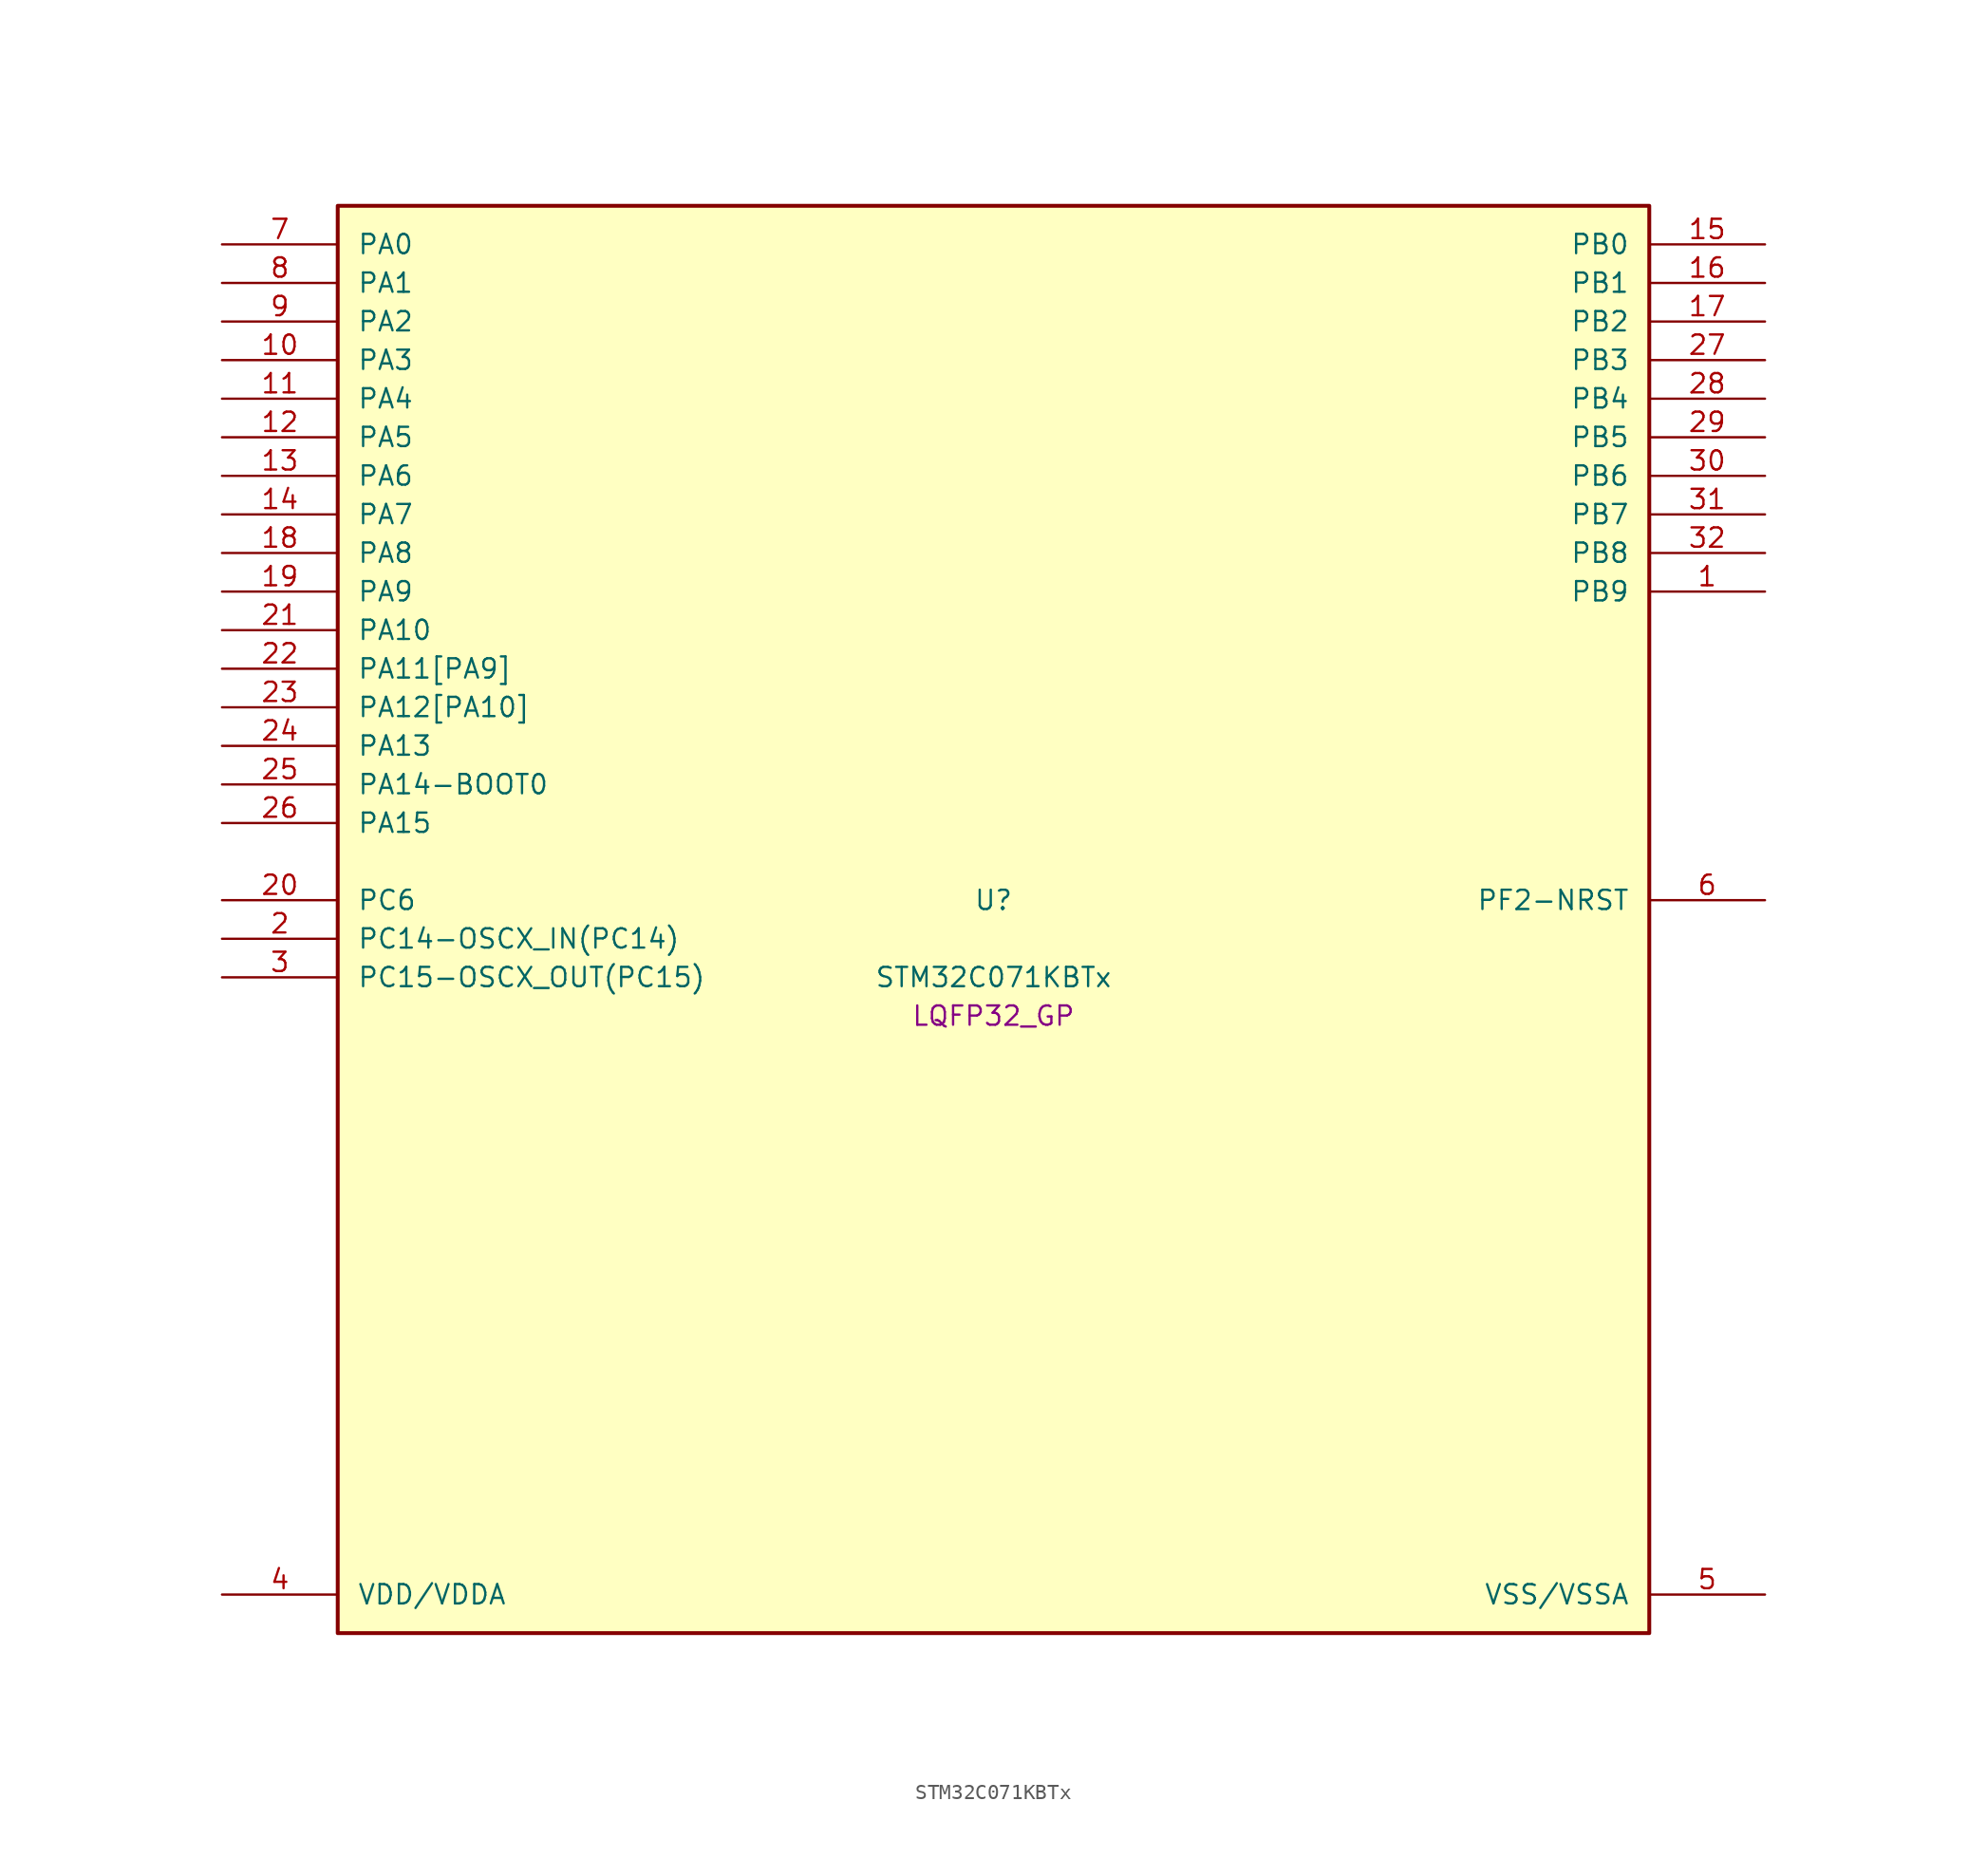
<source format=kicad_sym>
(kicad_symbol_lib
  (version 20241209)
  (generator "stm32_pkl_generator")
  (generator_version "1.0")
  (symbol "STM32C071KBTx"
    (pin_names
      (offset 1.27))
    (property "Reference" "U"
      (at 0 2.54 0))
    (property "Value" "STM32C071KBTx"
      (at 0 -2.54 0))
    (property "Footprint" "LQFP32_GP"
      (at 0 -5.08 0))
    (symbol "STM32C071KBTx_1_1"
      (rectangle (start -43.18 48.26) (end 43.18 -45.72) (stroke (width 0.254) (type solid)) (fill (type background)))
      (pin bidirectional line (at -50.8 45.72 0) (length 7.62) (name "PA0") (number "7") (alternate "PA0/ADC1_IN0" bidirectional line) (alternate "PA0/PWR_WKUP1" bidirectional line) (alternate "PA0/SPI2_SCK" bidirectional line) (alternate "PA0/TIM16_CH1" bidirectional line) (alternate "PA0/TIM1_CH1" bidirectional line) (alternate "PA0/TIM2_CH1" bidirectional line) (alternate "PA0/TIM2_ETR" bidirectional line) (alternate "PA0/USART1_TX" bidirectional line) (alternate "PA0/USART2_CTS" bidirectional line) (alternate "PA0/USART2_NSS" bidirectional line))
      (pin bidirectional line (at -50.8 43.18 0) (length 7.62) (name "PA1") (number "8") (alternate "PA1/ADC1_IN1" bidirectional line) (alternate "PA1/I2C1_SMBA" bidirectional line) (alternate "PA1/I2S1_CK" bidirectional line) (alternate "PA1/SPI1_SCK" bidirectional line) (alternate "PA1/TIM17_CH1" bidirectional line) (alternate "PA1/TIM1_CH2" bidirectional line) (alternate "PA1/TIM2_CH2" bidirectional line) (alternate "PA1/USART1_RX" bidirectional line) (alternate "PA1/USART2_CK" bidirectional line) (alternate "PA1/USART2_DE" bidirectional line) (alternate "PA1/USART2_RTS" bidirectional line))
      (pin bidirectional line (at -50.8 40.64 0) (length 7.62) (name "PA2") (number "9") (alternate "PA2/ADC1_IN2" bidirectional line) (alternate "PA2/I2S1_SD" bidirectional line) (alternate "PA2/PWR_WKUP4" bidirectional line) (alternate "PA2/RCC_LSCO" bidirectional line) (alternate "PA2/SPI1_MOSI" bidirectional line) (alternate "PA2/TIM16_CH1N" bidirectional line) (alternate "PA2/TIM1_CH3" bidirectional line) (alternate "PA2/TIM2_CH3" bidirectional line) (alternate "PA2/TIM3_ETR" bidirectional line) (alternate "PA2/USART2_TX" bidirectional line))
      (pin bidirectional line (at -50.8 38.1 0) (length 7.62) (name "PA3") (number "10") (alternate "PA3/ADC1_IN3" bidirectional line) (alternate "PA3/SPI2_MISO" bidirectional line) (alternate "PA3/TIM1_CH1N" bidirectional line) (alternate "PA3/TIM1_CH4" bidirectional line) (alternate "PA3/TIM2_CH4" bidirectional line) (alternate "PA3/USART2_RX" bidirectional line))
      (pin bidirectional line (at -50.8 35.56 0) (length 7.62) (name "PA4") (number "11") (alternate "PA4/ADC1_IN4" bidirectional line) (alternate "PA4/I2S1_WS" bidirectional line) (alternate "PA4/PWR_WKUP2" bidirectional line) (alternate "PA4/RTC_OUT1" bidirectional line) (alternate "PA4/RTC_TS" bidirectional line) (alternate "PA4/SPI1_NSS" bidirectional line) (alternate "PA4/SPI2_MOSI" bidirectional line) (alternate "PA4/TIM14_CH1" bidirectional line) (alternate "PA4/TIM17_CH1N" bidirectional line) (alternate "PA4/TIM1_CH2N" bidirectional line) (alternate "PA4/USART2_TX" bidirectional line) (alternate "PA4/USB_NOE" bidirectional line))
      (pin bidirectional line (at -50.8 33.02 0) (length 7.62) (name "PA5") (number "12") (alternate "PA5/ADC1_IN5" bidirectional line) (alternate "PA5/I2S1_CK" bidirectional line) (alternate "PA5/SPI1_SCK" bidirectional line) (alternate "PA5/TIM1_CH1" bidirectional line) (alternate "PA5/TIM1_CH3N" bidirectional line) (alternate "PA5/TIM2_CH1" bidirectional line) (alternate "PA5/TIM2_ETR" bidirectional line) (alternate "PA5/USART2_RX" bidirectional line))
      (pin bidirectional line (at -50.8 30.48 0) (length 7.62) (name "PA6") (number "13") (alternate "PA6/ADC1_IN6" bidirectional line) (alternate "PA6/I2C2_SDA" bidirectional line) (alternate "PA6/I2S1_MCK" bidirectional line) (alternate "PA6/SPI1_MISO" bidirectional line) (alternate "PA6/TIM16_CH1" bidirectional line) (alternate "PA6/TIM1_BKIN" bidirectional line) (alternate "PA6/TIM3_CH1" bidirectional line))
      (pin bidirectional line (at -50.8 27.94 0) (length 7.62) (name "PA7") (number "14") (alternate "PA7/ADC1_IN7" bidirectional line) (alternate "PA7/I2C2_SCL" bidirectional line) (alternate "PA7/I2S1_SD" bidirectional line) (alternate "PA7/SPI1_MOSI" bidirectional line) (alternate "PA7/TIM14_CH1" bidirectional line) (alternate "PA7/TIM17_CH1" bidirectional line) (alternate "PA7/TIM1_CH1N" bidirectional line) (alternate "PA7/TIM3_CH2" bidirectional line))
      (pin bidirectional line (at -50.8 25.4 0) (length 7.62) (name "PA8") (number "18") (alternate "PA8/ADC1_IN8" bidirectional line) (alternate "PA8/CRS_SYNC" bidirectional line) (alternate "PA8/I2S1_WS" bidirectional line) (alternate "PA8/RCC_MCO" bidirectional line) (alternate "PA8/RCC_MCO_2" bidirectional line) (alternate "PA8/SPI1_NSS" bidirectional line) (alternate "PA8/SPI2_MISO" bidirectional line) (alternate "PA8/SPI2_NSS" bidirectional line) (alternate "PA8/TIM14_CH1" bidirectional line) (alternate "PA8/TIM1_CH1" bidirectional line) (alternate "PA8/TIM1_CH2N" bidirectional line) (alternate "PA8/TIM1_CH3N" bidirectional line) (alternate "PA8/TIM3_CH3" bidirectional line) (alternate "PA8/TIM3_CH4" bidirectional line) (alternate "PA8/USART1_RX" bidirectional line) (alternate "PA8/USART2_TX" bidirectional line))
      (pin bidirectional line (at -50.8 22.86 0) (length 7.62) (name "PA9") (number "19") (alternate "PA9/I2C1_SCL" bidirectional line) (alternate "PA9/I2C2_SCL" bidirectional line) (alternate "PA9/RCC_MCO" bidirectional line) (alternate "PA9/SPI2_MISO" bidirectional line) (alternate "PA9/TIM1_CH2" bidirectional line) (alternate "PA9/TIM3_ETR" bidirectional line) (alternate "PA9/USART1_TX" bidirectional line) (alternate "PA9/NC" bidirectional line))
      (pin bidirectional line (at -50.8 20.32 0) (length 7.62) (name "PA10") (number "21") (alternate "PA10/I2C1_SDA" bidirectional line) (alternate "PA10/I2C2_SDA" bidirectional line) (alternate "PA10/RCC_MCO_2" bidirectional line) (alternate "PA10/SPI2_MOSI" bidirectional line) (alternate "PA10/TIM17_BKIN" bidirectional line) (alternate "PA10/TIM1_CH3" bidirectional line) (alternate "PA10/USART1_RX" bidirectional line) (alternate "PA10/NC" bidirectional line))
      (pin bidirectional line (at -50.8 17.78 0) (length 7.62) (name "PA11[PA9]") (number "22") (alternate "PA11[PA9]/ADC1_EXTI11" bidirectional line) (alternate "PA11[PA9]/I2C2_SCL" bidirectional line) (alternate "PA11[PA9]/I2S1_MCK" bidirectional line) (alternate "PA11[PA9]/SPI1_MISO" bidirectional line) (alternate "PA11[PA9]/TIM1_BKIN2" bidirectional line) (alternate "PA11[PA9]/TIM1_CH4" bidirectional line) (alternate "PA11[PA9]/USART1_CTS" bidirectional line) (alternate "PA11[PA9]/USART1_NSS" bidirectional line) (alternate "PA11[PA9]/USB_DM" bidirectional line) (alternate "PA11[PA9]/PA9[PA11]" bidirectional line) (alternate "PA11[PA9]/I2C1_SCL" bidirectional line) (alternate "PA11[PA9]/RCC_MCO" bidirectional line) (alternate "PA11[PA9]/SPI2_MISO" bidirectional line) (alternate "PA11[PA9]/TIM1_CH2" bidirectional line) (alternate "PA11[PA9]/TIM3_ETR" bidirectional line) (alternate "PA11[PA9]/USART1_TX" bidirectional line))
      (pin bidirectional line (at -50.8 15.24 0) (length 7.62) (name "PA12[PA10]") (number "23") (alternate "PA12[PA10]/I2C2_SDA" bidirectional line) (alternate "PA12[PA10]/I2S1_SD" bidirectional line) (alternate "PA12[PA10]/I2S_CKIN" bidirectional line) (alternate "PA12[PA10]/SPI1_MOSI" bidirectional line) (alternate "PA12[PA10]/TIM1_ETR" bidirectional line) (alternate "PA12[PA10]/USART1_CK" bidirectional line) (alternate "PA12[PA10]/USART1_DE" bidirectional line) (alternate "PA12[PA10]/USART1_RTS" bidirectional line) (alternate "PA12[PA10]/USB_DP" bidirectional line) (alternate "PA12[PA10]/PA10[PA12]" bidirectional line) (alternate "PA12[PA10]/I2C1_SDA" bidirectional line) (alternate "PA12[PA10]/RCC_MCO_2" bidirectional line) (alternate "PA12[PA10]/SPI2_MOSI" bidirectional line) (alternate "PA12[PA10]/TIM17_BKIN" bidirectional line) (alternate "PA12[PA10]/TIM1_CH3" bidirectional line) (alternate "PA12[PA10]/USART1_RX" bidirectional line))
      (pin bidirectional line (at -50.8 12.7 0) (length 7.62) (name "PA13") (number "24") (alternate "PA13/ADC1_IN13" bidirectional line) (alternate "PA13/DEBUG_SWDIO" bidirectional line) (alternate "PA13/IR_OUT" bidirectional line) (alternate "PA13/TIM3_ETR" bidirectional line) (alternate "PA13/USART2_RX" bidirectional line) (alternate "PA13/USB_NOE" bidirectional line))
      (pin bidirectional line (at -50.8 10.16 0) (length 7.62) (name "PA14-BOOT0") (number "25") (alternate "PA14-BOOT0/ADC1_IN14" bidirectional line) (alternate "PA14-BOOT0/DEBUG_SWCLK" bidirectional line) (alternate "PA14-BOOT0/I2S1_WS" bidirectional line) (alternate "PA14-BOOT0/RCC_MCO_2" bidirectional line) (alternate "PA14-BOOT0/SPI1_NSS" bidirectional line) (alternate "PA14-BOOT0/TIM1_CH1" bidirectional line) (alternate "PA14-BOOT0/USART1_CK" bidirectional line) (alternate "PA14-BOOT0/USART1_DE" bidirectional line) (alternate "PA14-BOOT0/USART1_RTS" bidirectional line) (alternate "PA14-BOOT0/USART2_RX" bidirectional line) (alternate "PA14-BOOT0/USART2_TX" bidirectional line))
      (pin bidirectional line (at -50.8 7.62 0) (length 7.62) (name "PA15") (number "26") (alternate "PA15/I2S1_WS" bidirectional line) (alternate "PA15/RCC_MCO_2" bidirectional line) (alternate "PA15/SPI1_NSS" bidirectional line) (alternate "PA15/TIM1_CH1" bidirectional line) (alternate "PA15/TIM2_CH1" bidirectional line) (alternate "PA15/TIM2_ETR" bidirectional line) (alternate "PA15/USART1_CK" bidirectional line) (alternate "PA15/USART1_DE" bidirectional line) (alternate "PA15/USART1_RTS" bidirectional line) (alternate "PA15/USART2_RX" bidirectional line) (alternate "PA15/USB_NOE" bidirectional line))
      (pin bidirectional line (at 50.8 45.72 180) (length 7.62) (name "PB0") (number "15") (alternate "PB0/ADC1_IN17" bidirectional line) (alternate "PB0/I2S1_WS" bidirectional line) (alternate "PB0/SPI1_NSS" bidirectional line) (alternate "PB0/TIM1_CH2N" bidirectional line) (alternate "PB0/TIM3_CH3" bidirectional line))
      (pin bidirectional line (at 50.8 43.18 180) (length 7.62) (name "PB1") (number "16") (alternate "PB1/ADC1_IN18" bidirectional line) (alternate "PB1/TIM14_CH1" bidirectional line) (alternate "PB1/TIM1_CH2N" bidirectional line) (alternate "PB1/TIM1_CH3N" bidirectional line) (alternate "PB1/TIM3_CH4" bidirectional line))
      (pin bidirectional line (at 50.8 40.64 180) (length 7.62) (name "PB2") (number "17") (alternate "PB2/ADC1_IN19" bidirectional line) (alternate "PB2/RCC_MCO_2" bidirectional line) (alternate "PB2/SPI2_MISO" bidirectional line) (alternate "PB2/USART1_RX" bidirectional line))
      (pin bidirectional line (at 50.8 38.1 180) (length 7.62) (name "PB3") (number "27") (alternate "PB3/I2C2_SCL" bidirectional line) (alternate "PB3/I2S1_CK" bidirectional line) (alternate "PB3/SPI1_SCK" bidirectional line) (alternate "PB3/TIM1_CH2" bidirectional line) (alternate "PB3/TIM2_CH2" bidirectional line) (alternate "PB3/TIM3_CH2" bidirectional line) (alternate "PB3/USART1_CK" bidirectional line) (alternate "PB3/USART1_DE" bidirectional line) (alternate "PB3/USART1_RTS" bidirectional line))
      (pin bidirectional line (at 50.8 35.56 180) (length 7.62) (name "PB4") (number "28") (alternate "PB4/I2C2_SDA" bidirectional line) (alternate "PB4/I2S1_MCK" bidirectional line) (alternate "PB4/SPI1_MISO" bidirectional line) (alternate "PB4/TIM17_BKIN" bidirectional line) (alternate "PB4/TIM3_CH1" bidirectional line) (alternate "PB4/USART1_CTS" bidirectional line) (alternate "PB4/USART1_NSS" bidirectional line))
      (pin bidirectional line (at 50.8 33.02 180) (length 7.62) (name "PB5") (number "29") (alternate "PB5/I2C1_SMBA" bidirectional line) (alternate "PB5/I2S1_SD" bidirectional line) (alternate "PB5/PWR_WKUP6" bidirectional line) (alternate "PB5/SPI1_MOSI" bidirectional line) (alternate "PB5/TIM16_BKIN" bidirectional line) (alternate "PB5/TIM3_CH2" bidirectional line) (alternate "PB5/TIM3_CH3" bidirectional line))
      (pin bidirectional line (at 50.8 30.48 180) (length 7.62) (name "PB6") (number "30") (alternate "PB6/I2C1_SCL" bidirectional line) (alternate "PB6/I2C1_SMBA" bidirectional line) (alternate "PB6/I2S1_CK" bidirectional line) (alternate "PB6/I2S1_MCK" bidirectional line) (alternate "PB6/I2S1_SD" bidirectional line) (alternate "PB6/PWR_WKUP3" bidirectional line) (alternate "PB6/SPI1_MISO" bidirectional line) (alternate "PB6/SPI1_MOSI" bidirectional line) (alternate "PB6/SPI1_SCK" bidirectional line) (alternate "PB6/SPI2_MISO" bidirectional line) (alternate "PB6/TIM16_BKIN" bidirectional line) (alternate "PB6/TIM16_CH1N" bidirectional line) (alternate "PB6/TIM17_BKIN" bidirectional line) (alternate "PB6/TIM1_CH2" bidirectional line) (alternate "PB6/TIM1_CH3" bidirectional line) (alternate "PB6/TIM3_CH1" bidirectional line) (alternate "PB6/TIM3_CH2" bidirectional line) (alternate "PB6/TIM3_CH3" bidirectional line) (alternate "PB6/USART1_CTS" bidirectional line) (alternate "PB6/USART1_NSS" bidirectional line) (alternate "PB6/USART1_TX" bidirectional line))
      (pin bidirectional line (at 50.8 27.94 180) (length 7.62) (name "PB7") (number "31") (alternate "PB7/I2C1_SCL" bidirectional line) (alternate "PB7/I2C1_SDA" bidirectional line) (alternate "PB7/RTC_REFIN" bidirectional line) (alternate "PB7/SPI2_MOSI" bidirectional line) (alternate "PB7/TIM16_CH1" bidirectional line) (alternate "PB7/TIM17_CH1N" bidirectional line) (alternate "PB7/TIM1_CH4" bidirectional line) (alternate "PB7/TIM3_CH1" bidirectional line) (alternate "PB7/TIM3_CH4" bidirectional line) (alternate "PB7/USART1_RX" bidirectional line) (alternate "PB7/USART2_CTS" bidirectional line) (alternate "PB7/USART2_NSS" bidirectional line))
      (pin bidirectional line (at 50.8 25.4 180) (length 7.62) (name "PB8") (number "32") (alternate "PB8/I2C1_SCL" bidirectional line) (alternate "PB8/SPI2_SCK" bidirectional line) (alternate "PB8/TIM16_CH1" bidirectional line) (alternate "PB8/TIM3_CH1" bidirectional line) (alternate "PB8/USART2_CTS" bidirectional line) (alternate "PB8/USART2_NSS" bidirectional line))
      (pin bidirectional line (at 50.8 22.86 180) (length 7.62) (name "PB9") (number "1") (alternate "PB9/I2C1_SDA" bidirectional line) (alternate "PB9/IR_OUT" bidirectional line) (alternate "PB9/SPI2_NSS" bidirectional line) (alternate "PB9/TIM17_CH1" bidirectional line) (alternate "PB9/TIM3_CH2" bidirectional line) (alternate "PB9/USART2_CK" bidirectional line) (alternate "PB9/USART2_DE" bidirectional line) (alternate "PB9/USART2_RTS" bidirectional line))
      (pin bidirectional line (at -50.8 2.54 0) (length 7.62) (name "PC6") (number "20") (alternate "PC6/TIM2_CH3" bidirectional line) (alternate "PC6/TIM3_CH1" bidirectional line))
      (pin bidirectional line (at -50.8 0 0) (length 7.62) (name "PC14-OSCX_IN(PC14)") (number "2") (alternate "PC14-OSCX_IN(PC14)/I2C1_SDA" bidirectional line) (alternate "PC14-OSCX_IN(PC14)/IR_OUT" bidirectional line) (alternate "PC14-OSCX_IN(PC14)/RCC_OSCX_IN" bidirectional line) (alternate "PC14-OSCX_IN(PC14)/SPI2_NSS" bidirectional line) (alternate "PC14-OSCX_IN(PC14)/TIM17_CH1" bidirectional line) (alternate "PC14-OSCX_IN(PC14)/TIM1_BKIN2" bidirectional line) (alternate "PC14-OSCX_IN(PC14)/TIM1_ETR" bidirectional line) (alternate "PC14-OSCX_IN(PC14)/TIM3_CH2" bidirectional line) (alternate "PC14-OSCX_IN(PC14)/USART1_TX" bidirectional line) (alternate "PC14-OSCX_IN(PC14)/USART2_CK" bidirectional line) (alternate "PC14-OSCX_IN(PC14)/USART2_DE" bidirectional line) (alternate "PC14-OSCX_IN(PC14)/USART2_RTS" bidirectional line))
      (pin bidirectional line (at -50.8 -2.54 0) (length 7.62) (name "PC15-OSCX_OUT(PC15)") (number "3") (alternate "PC15-OSCX_OUT(PC15)/RCC_OSC32_EN" bidirectional line) (alternate "PC15-OSCX_OUT(PC15)/RCC_OSCX_OUT" bidirectional line) (alternate "PC15-OSCX_OUT(PC15)/RCC_OSC_EN" bidirectional line) (alternate "PC15-OSCX_OUT(PC15)/TIM1_ETR" bidirectional line) (alternate "PC15-OSCX_OUT(PC15)/TIM3_CH3" bidirectional line))
      (pin bidirectional line (at 50.8 2.54 180) (length 7.62) (name "PF2-NRST") (number "6") (alternate "PF2-NRST/RCC_MCO" bidirectional line) (alternate "PF2-NRST/TIM1_CH4" bidirectional line))
      (pin power_in line (at -50.8 -43.18 0) (length 7.62) (name "VDD/VDDA") (number "4"))
      (pin power_in line (at 50.8 -43.18 180) (length 7.62) (name "VSS/VSSA") (number "5")))))
</source>
